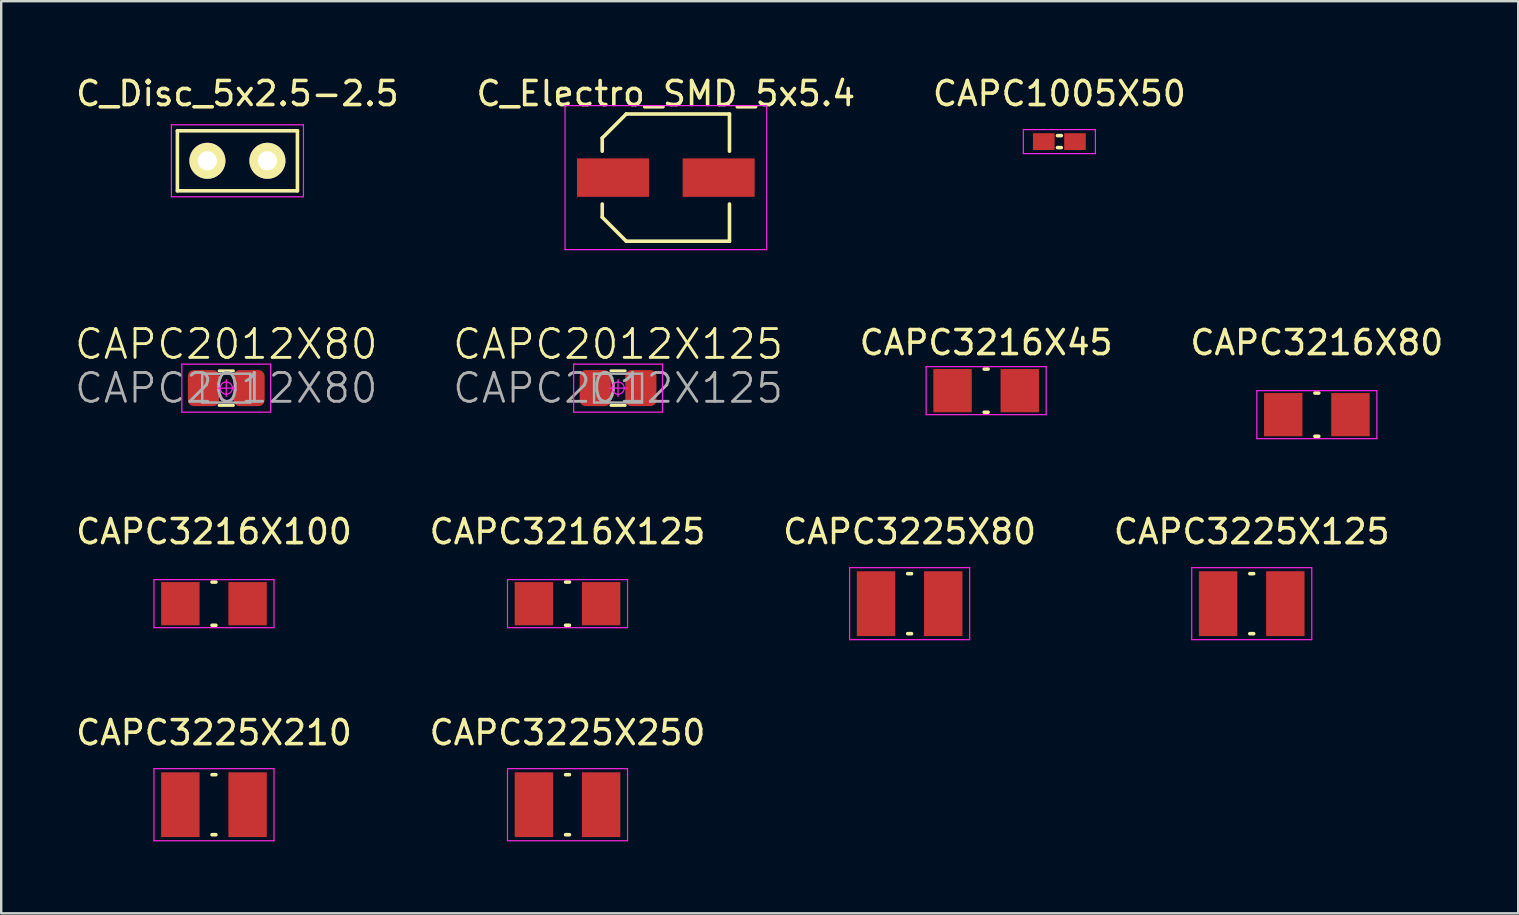
<source format=kicad_pcb>
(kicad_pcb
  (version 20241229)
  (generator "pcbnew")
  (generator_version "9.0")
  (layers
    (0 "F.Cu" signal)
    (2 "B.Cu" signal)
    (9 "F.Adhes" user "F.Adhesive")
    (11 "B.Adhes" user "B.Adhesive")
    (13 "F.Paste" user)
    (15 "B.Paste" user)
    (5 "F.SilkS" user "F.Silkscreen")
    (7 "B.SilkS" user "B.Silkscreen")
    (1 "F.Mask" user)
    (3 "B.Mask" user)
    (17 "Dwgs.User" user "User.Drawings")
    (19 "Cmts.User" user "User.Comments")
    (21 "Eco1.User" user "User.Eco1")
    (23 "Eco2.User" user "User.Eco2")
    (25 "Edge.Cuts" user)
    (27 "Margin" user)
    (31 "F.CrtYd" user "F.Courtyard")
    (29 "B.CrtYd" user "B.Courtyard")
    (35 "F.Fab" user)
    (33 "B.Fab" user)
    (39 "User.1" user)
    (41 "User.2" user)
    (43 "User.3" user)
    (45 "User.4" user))
  (footprint "CAPC3216X45"
    (layer "F.Cu")
    (at 38.027 13.222)
    (property "Reference" "CAPC3216X45" (at 0 -2 0) (layer "F.SilkS") (effects (font (size 1 1) (thickness 0.15))))
    (attr through_hole)
    (fp_line (start -0.08 0.9) (end 0.08 0.9) (stroke (width 0.15) (type solid)) (layer "F.SilkS"))
    (fp_line (start 0.08 -0.9) (end -0.08 -0.9) (stroke (width 0.15) (type solid)) (layer "F.SilkS"))
    (fp_line (start -2.5 -1) (end -2.5 1) (stroke (width 0.05) (type solid)) (layer "F.CrtYd"))
    (fp_line (start -2.5 -1) (end 2.5 -1) (stroke (width 0.05) (type solid)) (layer "F.CrtYd"))
    (fp_line (start -2.5 1) (end 2.5 1) (stroke (width 0.05) (type solid)) (layer "F.CrtYd"))
    (fp_line (start 2.5 -1) (end 2.5 1) (stroke (width 0.05) (type solid)) (layer "F.CrtYd"))
    (pad "1" smd rect (at -1.4 0) (size 1.6 1.8) (layers "F.Cu" "F.Mask" "F.Paste"))
    (pad "2" smd rect (at 1.4 0) (size 1.6 1.8) (layers "F.Cu" "F.Mask" "F.Paste")))
  (footprint "CAPC3225X210"
    (layer "F.Cu")
    (at 5.863 30.468)
    (property "Reference" "CAPC3225X210" (at 0 -3 0) (layer "F.SilkS") (effects (font (size 1 1) (thickness 0.15))))
    (attr smd)
    (fp_line (start -0.08 1.25) (end 0.08 1.25) (stroke (width 0.15) (type solid)) (layer "F.SilkS"))
    (fp_line (start 0.08 -1.25) (end -0.08 -1.25) (stroke (width 0.15) (type solid)) (layer "F.SilkS"))
    (fp_line (start -2.5 -1.5) (end -2.5 1.5) (stroke (width 0.05) (type solid)) (layer "F.CrtYd"))
    (fp_line (start -2.5 -1.5) (end 2.5 -1.5) (stroke (width 0.05) (type solid)) (layer "F.CrtYd"))
    (fp_line (start -2.5 1.5) (end 2.5 1.5) (stroke (width 0.05) (type solid)) (layer "F.CrtYd"))
    (fp_line (start 2.5 -1.5) (end 2.5 1.5) (stroke (width 0.05) (type solid)) (layer "F.CrtYd"))
    (pad "1" smd rect (at -1.4 0) (size 1.6 2.7) (layers "F.Cu" "F.Mask" "F.Paste"))
    (pad "2" smd rect (at 1.4 0) (size 1.6 2.7) (layers "F.Cu" "F.Mask" "F.Paste")))
  (footprint "C_Electro_SMD_5x5.4"
    (layer "F.Cu")
    (at 24.685 4.348)
    (property "Reference" "C_Electro_SMD_5x5.4" (at 0 -3.5 0) (layer "F.SilkS") (effects (font (size 1 1) (thickness 0.15))))
    (attr through_hole)
    (fp_line (start -2.65 -1.65) (end -2.65 -1.1) (stroke (width 0.15) (type solid)) (layer "F.SilkS"))
    (fp_line (start -2.65 1.65) (end -2.65 1.1) (stroke (width 0.15) (type solid)) (layer "F.SilkS"))
    (fp_line (start -1.65 -2.65) (end -2.65 -1.65) (stroke (width 0.15) (type solid)) (layer "F.SilkS"))
    (fp_line (start -1.65 2.65) (end -2.65 1.65) (stroke (width 0.15) (type solid)) (layer "F.SilkS"))
    (fp_line (start 2.65 -2.65) (end -1.65 -2.65) (stroke (width 0.15) (type solid)) (layer "F.SilkS"))
    (fp_line (start 2.65 -1.1) (end 2.65 -2.65) (stroke (width 0.15) (type solid)) (layer "F.SilkS"))
    (fp_line (start 2.65 1.1) (end 2.65 2.65) (stroke (width 0.15) (type solid)) (layer "F.SilkS"))
    (fp_line (start 2.65 2.65) (end -1.65 2.65) (stroke (width 0.15) (type solid)) (layer "F.SilkS"))
    (fp_line (start -4.2 -3) (end -4.2 3) (stroke (width 0.05) (type solid)) (layer "F.CrtYd"))
    (fp_line (start -4.2 3) (end 4.2 3) (stroke (width 0.05) (type solid)) (layer "F.CrtYd"))
    (fp_line (start 4.2 -3) (end -4.2 -3) (stroke (width 0.05) (type solid)) (layer "F.CrtYd"))
    (fp_line (start 4.2 3) (end 4.2 -3) (stroke (width 0.05) (type solid)) (layer "F.CrtYd"))
    (pad "1" smd rect (at -2.2 0) (size 3 1.6) (layers "F.Cu" "F.Mask" "F.Paste"))
    (pad "2" smd rect (at 2.2 0) (size 3 1.6) (layers "F.Cu" "F.Mask" "F.Paste")))
  (footprint "CAPC3216X100"
    (layer "F.Cu")
    (at 5.863 22.095)
    (property "Reference" "CAPC3216X100" (at 0 -3 0) (layer "F.SilkS") (effects (font (size 1 1) (thickness 0.15))))
    (attr smd)
    (fp_line (start -0.08 0.9) (end 0.08 0.9) (stroke (width 0.15) (type solid)) (layer "F.SilkS"))
    (fp_line (start 0.08 -0.9) (end -0.08 -0.9) (stroke (width 0.15) (type solid)) (layer "F.SilkS"))
    (fp_line (start -2.5 -1) (end -2.5 1) (stroke (width 0.05) (type solid)) (layer "F.CrtYd"))
    (fp_line (start -2.5 -1) (end 2.5 -1) (stroke (width 0.05) (type solid)) (layer "F.CrtYd"))
    (fp_line (start -2.5 1) (end 2.5 1) (stroke (width 0.05) (type solid)) (layer "F.CrtYd"))
    (fp_line (start 2.5 -1) (end 2.5 1) (stroke (width 0.05) (type solid)) (layer "F.CrtYd"))
    (pad "1" smd rect (at -1.4 0) (size 1.6 1.8) (layers "F.Cu" "F.Mask" "F.Paste"))
    (pad "2" smd rect (at 1.4 0) (size 1.6 1.8) (layers "F.Cu" "F.Mask" "F.Paste")))
  (footprint "CAPC2012X125"
    (layer "F.Cu")
    (at 22.694 13.116)
    (property "Reference" "CAPC2012X125" (at 0 -1.83 0) (layer "F.SilkS") (effects (font (size 1.2 1.2) (thickness 0.12))))
    (attr smd)
    (fp_line (start -0.3 -0.72) (end 0.3 -0.72) (stroke (width 0.12) (type solid)) (layer "F.SilkS"))
    (fp_line (start -0.3 0.72) (end 0.3 0.72) (stroke (width 0.12) (type solid)) (layer "F.SilkS"))
    (fp_line (start -1.85 -1) (end 1.85 -1) (stroke (width 0.05) (type solid)) (layer "F.CrtYd"))
    (fp_line (start -1.85 1) (end -1.85 -1) (stroke (width 0.05) (type solid)) (layer "F.CrtYd"))
    (fp_line (start -1.85 1) (end 1.85 1) (stroke (width 0.05) (type solid)) (layer "F.CrtYd"))
    (fp_line (start -0.35 0) (end 0.35 0) (stroke (width 0.05) (type solid)) (layer "F.CrtYd"))
    (fp_line (start 0 -0.35) (end 0 0.35) (stroke (width 0.05) (type solid)) (layer "F.CrtYd"))
    (fp_line (start 1.85 1) (end 1.85 -1) (stroke (width 0.05) (type solid)) (layer "F.CrtYd"))
    (fp_circle (center 0 0) (end 0.25 -0.05) (stroke (width 0.05) (type solid)) (fill no) (layer "F.CrtYd"))
    (fp_line (start -1 -0.6) (end 1 -0.6) (stroke (width 0.1) (type solid)) (layer "F.Fab"))
    (fp_line (start -1 0.6) (end -1 -0.6) (stroke (width 0.1) (type solid)) (layer "F.Fab"))
    (fp_line (start 1 -0.6) (end 1 0.6) (stroke (width 0.1) (type solid)) (layer "F.Fab"))
    (fp_line (start 1 0.6) (end -1 0.6) (stroke (width 0.1) (type solid)) (layer "F.Fab"))
    (fp_text user "${REFERENCE}" (at 0 0 0) (layer "F.Fab") (effects (font (size 1.2 1.2) (thickness 0.12))))
    (pad "1" smd roundrect (at -0.95 0) (size 1.3 1.5) (layers "F.Cu" "F.Mask" "F.Paste") (roundrect_rratio 0.192))
    (pad "2" smd roundrect (at 0.95 0) (size 1.3 1.5) (layers "F.Cu" "F.Mask" "F.Paste") (roundrect_rratio 0.192)))
  (footprint "CAPC2012X80"
    (layer "F.Cu")
    (at 6.374 13.116)
    (property "Reference" "CAPC2012X80" (at 0 -1.83 0) (layer "F.SilkS") (effects (font (size 1.2 1.2) (thickness 0.12))))
    (attr smd)
    (fp_line (start -0.3 -0.72) (end 0.3 -0.72) (stroke (width 0.12) (type solid)) (layer "F.SilkS"))
    (fp_line (start -0.3 0.72) (end 0.3 0.72) (stroke (width 0.12) (type solid)) (layer "F.SilkS"))
    (fp_line (start -1.85 -1) (end 1.85 -1) (stroke (width 0.05) (type solid)) (layer "F.CrtYd"))
    (fp_line (start -1.85 1) (end -1.85 -1) (stroke (width 0.05) (type solid)) (layer "F.CrtYd"))
    (fp_line (start -1.85 1) (end 1.85 1) (stroke (width 0.05) (type solid)) (layer "F.CrtYd"))
    (fp_line (start -0.35 0) (end 0.35 0) (stroke (width 0.05) (type solid)) (layer "F.CrtYd"))
    (fp_line (start 0 -0.35) (end 0 0.35) (stroke (width 0.05) (type solid)) (layer "F.CrtYd"))
    (fp_line (start 1.85 1) (end 1.85 -1) (stroke (width 0.05) (type solid)) (layer "F.CrtYd"))
    (fp_circle (center 0 0) (end 0.25 -0.05) (stroke (width 0.05) (type solid)) (fill no) (layer "F.CrtYd"))
    (fp_line (start -1 -0.6) (end 1 -0.6) (stroke (width 0.1) (type solid)) (layer "F.Fab"))
    (fp_line (start -1 0.6) (end -1 -0.6) (stroke (width 0.1) (type solid)) (layer "F.Fab"))
    (fp_line (start 1 -0.6) (end 1 0.6) (stroke (width 0.1) (type solid)) (layer "F.Fab"))
    (fp_line (start 1 0.6) (end -1 0.6) (stroke (width 0.1) (type solid)) (layer "F.Fab"))
    (fp_text user "${REFERENCE}" (at 0 0 0) (layer "F.Fab") (effects (font (size 1.2 1.2) (thickness 0.12))))
    (pad "1" smd roundrect (at -0.95 0) (size 1.3 1.5) (layers "F.Cu" "F.Mask" "F.Paste") (roundrect_rratio 0.192))
    (pad "2" smd roundrect (at 0.95 0) (size 1.3 1.5) (layers "F.Cu" "F.Mask" "F.Paste") (roundrect_rratio 0.192)))
  (footprint "CAPC3216X125"
    (layer "F.Cu")
    (at 20.589 22.095)
    (property "Reference" "CAPC3216X125" (at 0 -3 0) (layer "F.SilkS") (effects (font (size 1 1) (thickness 0.15))))
    (attr smd)
    (fp_line (start -0.08 0.9) (end 0.08 0.9) (stroke (width 0.15) (type solid)) (layer "F.SilkS"))
    (fp_line (start 0.08 -0.9) (end -0.08 -0.9) (stroke (width 0.15) (type solid)) (layer "F.SilkS"))
    (fp_line (start -2.5 -1) (end -2.5 1) (stroke (width 0.05) (type solid)) (layer "F.CrtYd"))
    (fp_line (start -2.5 -1) (end 2.5 -1) (stroke (width 0.05) (type solid)) (layer "F.CrtYd"))
    (fp_line (start -2.5 1) (end 2.5 1) (stroke (width 0.05) (type solid)) (layer "F.CrtYd"))
    (fp_line (start 2.5 -1) (end 2.5 1) (stroke (width 0.05) (type solid)) (layer "F.CrtYd"))
    (pad "1" smd rect (at -1.4 0) (size 1.6 1.8) (layers "F.Cu" "F.Mask" "F.Paste"))
    (pad "2" smd rect (at 1.4 0) (size 1.6 1.8) (layers "F.Cu" "F.Mask" "F.Paste")))
  (footprint "CAPC3225X80"
    (layer "F.Cu")
    (at 34.839 22.095)
    (property "Reference" "CAPC3225X80" (at 0 -3 0) (layer "F.SilkS") (effects (font (size 1 1) (thickness 0.15))))
    (attr through_hole)
    (fp_line (start -0.08 1.25) (end 0.08 1.25) (stroke (width 0.15) (type solid)) (layer "F.SilkS"))
    (fp_line (start 0.08 -1.25) (end -0.08 -1.25) (stroke (width 0.15) (type solid)) (layer "F.SilkS"))
    (fp_line (start -2.5 -1.5) (end -2.5 1.5) (stroke (width 0.05) (type solid)) (layer "F.CrtYd"))
    (fp_line (start -2.5 -1.5) (end 2.5 -1.5) (stroke (width 0.05) (type solid)) (layer "F.CrtYd"))
    (fp_line (start -2.5 1.5) (end 2.5 1.5) (stroke (width 0.05) (type solid)) (layer "F.CrtYd"))
    (fp_line (start 2.5 -1.5) (end 2.5 1.5) (stroke (width 0.05) (type solid)) (layer "F.CrtYd"))
    (pad "1" smd rect (at -1.4 0) (size 1.6 2.7) (layers "F.Cu" "F.Mask" "F.Paste"))
    (pad "2" smd rect (at 1.4 0) (size 1.6 2.7) (layers "F.Cu" "F.Mask" "F.Paste")))
  (footprint "C_Disc_5x2.5-2.5"
    (layer "F.Cu")
    (at 6.839 3.648)
    (property "Reference" "C_Disc_5x2.5-2.5" (at 0 -2.8 0) (layer "F.SilkS") (effects (font (size 1 1) (thickness 0.15))))
    (attr through_hole)
    (fp_line (start -2.5 -1.25) (end -2.5 1.25) (stroke (width 0.15) (type solid)) (layer "F.SilkS"))
    (fp_line (start -2.5 1.25) (end 2.5 1.25) (stroke (width 0.15) (type solid)) (layer "F.SilkS"))
    (fp_line (start 2.5 -1.25) (end -2.5 -1.25) (stroke (width 0.15) (type solid)) (layer "F.SilkS"))
    (fp_line (start 2.5 1.25) (end 2.5 -1.25) (stroke (width 0.15) (type solid)) (layer "F.SilkS"))
    (fp_line (start -2.75 -1.5) (end 2.75 -1.5) (stroke (width 0.05) (type solid)) (layer "F.CrtYd"))
    (fp_line (start -2.75 1.5) (end -2.75 -1.5) (stroke (width 0.05) (type solid)) (layer "F.CrtYd"))
    (fp_line (start 2.75 -1.5) (end 2.75 1.5) (stroke (width 0.05) (type solid)) (layer "F.CrtYd"))
    (fp_line (start 2.75 1.5) (end -2.75 1.5) (stroke (width 0.05) (type solid)) (layer "F.CrtYd"))
    (pad "1" thru_hole circle (at -1.25 0) (size 1.5 1.5) (drill 0.8) (layers "*.Cu" "*.Mask" "F.SilkS"))
    (pad "2" thru_hole circle (at 1.25 0) (size 1.5 1.5) (drill 0.8) (layers "*.Cu" "*.Mask" "F.SilkS")))
  (footprint "CAPC3225X125"
    (layer "F.Cu")
    (at 49.089 22.095)
    (property "Reference" "CAPC3225X125" (at 0 -3 0) (layer "F.SilkS") (effects (font (size 1 1) (thickness 0.15))))
    (attr smd)
    (fp_line (start -0.08 1.25) (end 0.08 1.25) (stroke (width 0.15) (type solid)) (layer "F.SilkS"))
    (fp_line (start 0.08 -1.25) (end -0.08 -1.25) (stroke (width 0.15) (type solid)) (layer "F.SilkS"))
    (fp_line (start -2.5 -1.5) (end -2.5 1.5) (stroke (width 0.05) (type solid)) (layer "F.CrtYd"))
    (fp_line (start -2.5 -1.5) (end 2.5 -1.5) (stroke (width 0.05) (type solid)) (layer "F.CrtYd"))
    (fp_line (start -2.5 1.5) (end 2.5 1.5) (stroke (width 0.05) (type solid)) (layer "F.CrtYd"))
    (fp_line (start 2.5 -1.5) (end 2.5 1.5) (stroke (width 0.05) (type solid)) (layer "F.CrtYd"))
    (pad "1" smd rect (at -1.4 0) (size 1.6 2.7) (layers "F.Cu" "F.Mask" "F.Paste"))
    (pad "2" smd rect (at 1.4 0) (size 1.6 2.7) (layers "F.Cu" "F.Mask" "F.Paste")))
  (footprint "CAPC3216X80"
    (layer "F.Cu")
    (at 51.801 14.222)
    (property "Reference" "CAPC3216X80" (at 0 -3 0) (layer "F.SilkS") (effects (font (size 1 1) (thickness 0.15))))
    (attr smd)
    (fp_line (start -0.08 0.9) (end 0.08 0.9) (stroke (width 0.15) (type solid)) (layer "F.SilkS"))
    (fp_line (start 0.08 -0.9) (end -0.08 -0.9) (stroke (width 0.15) (type solid)) (layer "F.SilkS"))
    (fp_line (start -2.5 -1) (end -2.5 1) (stroke (width 0.05) (type solid)) (layer "F.CrtYd"))
    (fp_line (start -2.5 -1) (end 2.5 -1) (stroke (width 0.05) (type solid)) (layer "F.CrtYd"))
    (fp_line (start -2.5 1) (end 2.5 1) (stroke (width 0.05) (type solid)) (layer "F.CrtYd"))
    (fp_line (start 2.5 -1) (end 2.5 1) (stroke (width 0.05) (type solid)) (layer "F.CrtYd"))
    (pad "1" smd rect (at -1.4 0) (size 1.6 1.8) (layers "F.Cu" "F.Mask" "F.Paste"))
    (pad "2" smd rect (at 1.4 0) (size 1.6 1.8) (layers "F.Cu" "F.Mask" "F.Paste")))
  (footprint "CAPC3225X250"
    (layer "F.Cu")
    (at 20.589 30.468)
    (property "Reference" "CAPC3225X250" (at 0 -3 0) (layer "F.SilkS") (effects (font (size 1 1) (thickness 0.15))))
    (attr smd)
    (fp_line (start -0.08 1.25) (end 0.08 1.25) (stroke (width 0.15) (type solid)) (layer "F.SilkS"))
    (fp_line (start 0.08 -1.25) (end -0.08 -1.25) (stroke (width 0.15) (type solid)) (layer "F.SilkS"))
    (fp_line (start -2.5 -1.5) (end -2.5 1.5) (stroke (width 0.05) (type solid)) (layer "F.CrtYd"))
    (fp_line (start -2.5 -1.5) (end 2.5 -1.5) (stroke (width 0.05) (type solid)) (layer "F.CrtYd"))
    (fp_line (start -2.5 1.5) (end 2.5 1.5) (stroke (width 0.05) (type solid)) (layer "F.CrtYd"))
    (fp_line (start 2.5 -1.5) (end 2.5 1.5) (stroke (width 0.05) (type solid)) (layer "F.CrtYd"))
    (pad "1" smd rect (at -1.4 0) (size 1.6 2.7) (layers "F.Cu" "F.Mask" "F.Paste"))
    (pad "2" smd rect (at 1.4 0) (size 1.6 2.7) (layers "F.Cu" "F.Mask" "F.Paste")))
  (footprint "CAPC1005X50"
    (layer "F.Cu")
    (at 41.077 2.848)
    (property "Reference" "CAPC1005X50" (at 0 -2 0) (layer "F.SilkS") (effects (font (size 1 1) (thickness 0.15))))
    (attr smd)
    (fp_line (start -0.08 0.25) (end 0.08 0.25) (stroke (width 0.15) (type solid)) (layer "F.SilkS"))
    (fp_line (start 0.08 -0.25) (end -0.08 -0.25) (stroke (width 0.15) (type solid)) (layer "F.SilkS"))
    (fp_line (start -1.5 -0.5) (end 1.5 -0.5) (stroke (width 0.05) (type solid)) (layer "F.CrtYd"))
    (fp_line (start -1.5 0.5) (end -1.5 -0.5) (stroke (width 0.05) (type solid)) (layer "F.CrtYd"))
    (fp_line (start 1.5 -0.5) (end 1.5 0.5) (stroke (width 0.05) (type solid)) (layer "F.CrtYd"))
    (fp_line (start 1.5 0.5) (end -1.5 0.5) (stroke (width 0.05) (type solid)) (layer "F.CrtYd"))
    (pad "1" smd rect (at -0.65 0) (size 0.9 0.7) (layers "F.Cu" "F.Mask" "F.Paste"))
    (pad "2" smd rect (at 0.65 0) (size 0.9 0.7) (layers "F.Cu" "F.Mask" "F.Paste")))
  (gr_rect
    (start -3 -3)
    (end 60.188 34.993)
    (stroke (width 0.1) (type default))
    (fill no)
    (layer "Edge.Cuts")))
</source>
